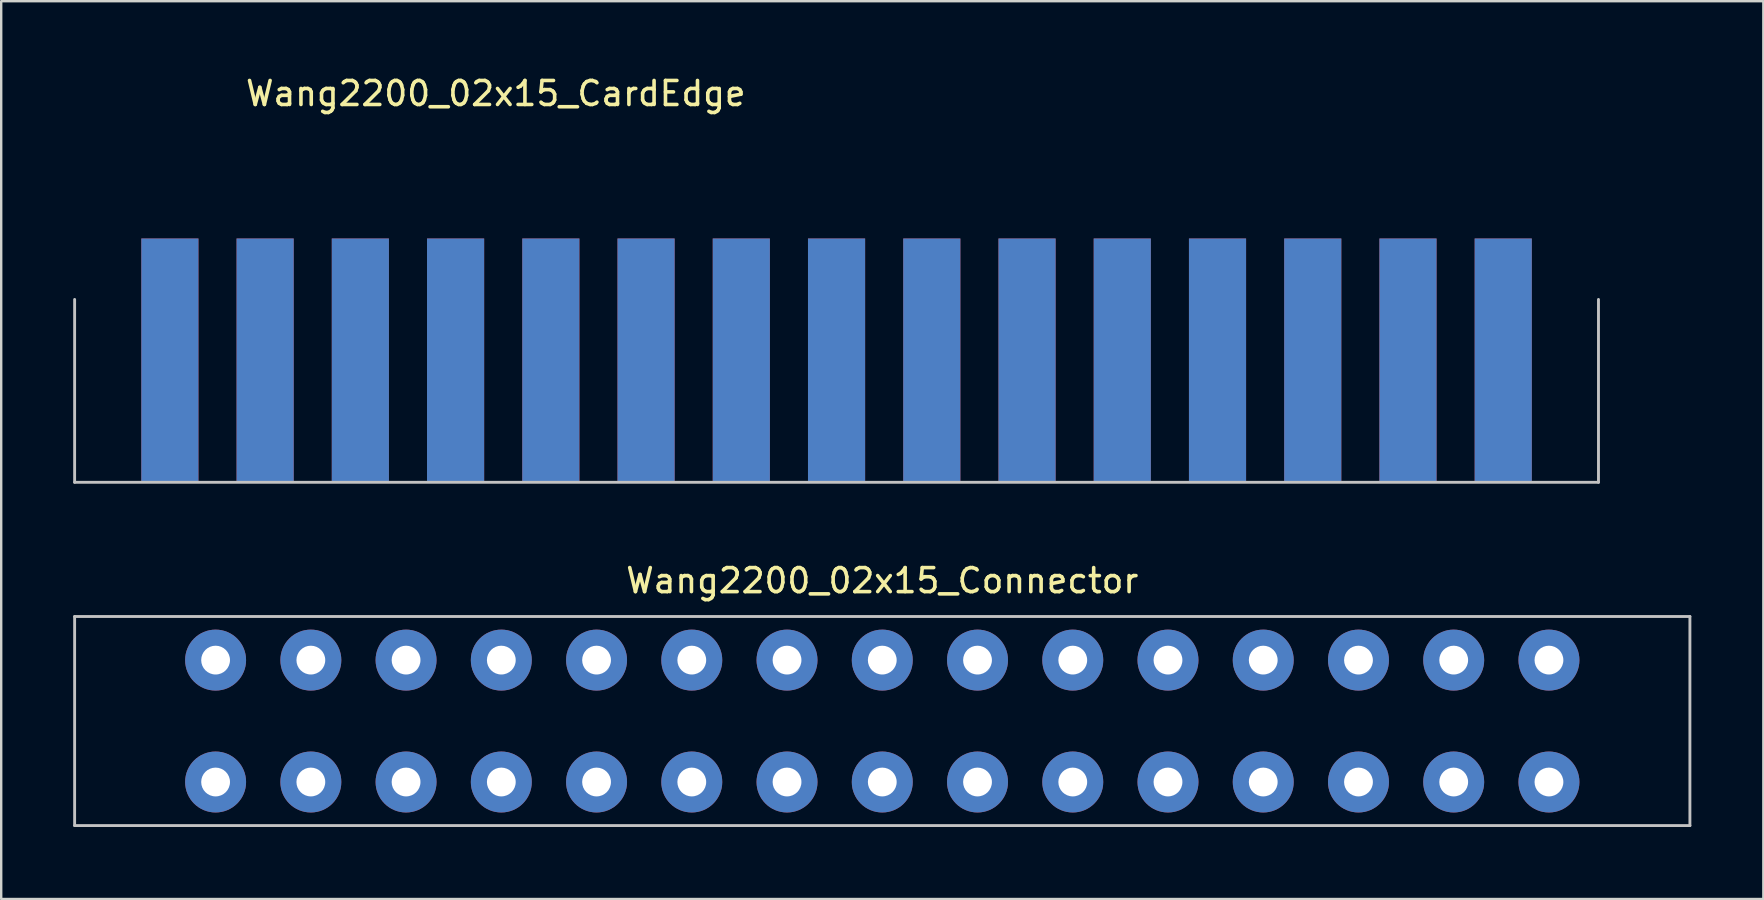
<source format=kicad_pcb>
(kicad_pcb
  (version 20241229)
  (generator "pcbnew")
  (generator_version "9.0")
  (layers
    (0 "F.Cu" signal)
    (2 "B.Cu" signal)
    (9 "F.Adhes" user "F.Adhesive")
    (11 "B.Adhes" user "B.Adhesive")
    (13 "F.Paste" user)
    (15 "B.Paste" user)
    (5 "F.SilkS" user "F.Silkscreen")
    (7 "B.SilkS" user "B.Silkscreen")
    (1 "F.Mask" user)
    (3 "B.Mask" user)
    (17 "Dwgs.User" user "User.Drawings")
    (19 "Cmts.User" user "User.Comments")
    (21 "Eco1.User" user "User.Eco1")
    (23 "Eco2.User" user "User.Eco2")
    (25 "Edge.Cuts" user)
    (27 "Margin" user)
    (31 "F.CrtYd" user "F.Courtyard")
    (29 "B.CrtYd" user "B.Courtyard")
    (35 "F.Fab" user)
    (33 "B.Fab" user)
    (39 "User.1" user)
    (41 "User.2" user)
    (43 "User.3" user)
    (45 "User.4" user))
  (footprint "Wang2200_02x15_Connector"
    (layer "F.Cu")
    (at 33.715 26.997)
    (property "Reference" "Wang2200_02x15_Connector" (at 0 -5.85 0) (layer "F.SilkS") (effects (font (size 1 1) (thickness 0.15))))
    (attr through_hole)
    (fp_line (start -33.655 -4.356) (end 33.655 -4.356) (stroke (width 0.12) (type solid)) (layer "Dwgs.User"))
    (fp_line (start -33.655 4.356) (end -33.655 -4.356) (stroke (width 0.12) (type solid)) (layer "Dwgs.User"))
    (fp_line (start 33.655 -4.356) (end 33.655 4.356) (stroke (width 0.12) (type solid)) (layer "Dwgs.User"))
    (fp_line (start 33.655 4.356) (end -33.655 4.356) (stroke (width 0.12) (type solid)) (layer "Dwgs.User"))
    (pad "1" thru_hole oval (at 27.781 -2.54) (size 2.54 2.54) (drill 1.2) (layers "*.Cu" "*.Mask"))
    (pad "2" thru_hole oval (at 23.812 -2.54) (size 2.54 2.54) (drill 1.2) (layers "*.Cu" "*.Mask"))
    (pad "3" thru_hole oval (at 19.844 -2.54) (size 2.54 2.54) (drill 1.2) (layers "*.Cu" "*.Mask"))
    (pad "4" thru_hole oval (at 15.875 -2.54) (size 2.54 2.54) (drill 1.2) (layers "*.Cu" "*.Mask"))
    (pad "5" thru_hole oval (at 11.906 -2.54) (size 2.54 2.54) (drill 1.2) (layers "*.Cu" "*.Mask"))
    (pad "6" thru_hole oval (at 7.938 -2.54) (size 2.54 2.54) (drill 1.2) (layers "*.Cu" "*.Mask"))
    (pad "7" thru_hole oval (at 3.969 -2.54) (size 2.54 2.54) (drill 1.2) (layers "*.Cu" "*.Mask"))
    (pad "8" thru_hole oval (at 0 -2.54) (size 2.54 2.54) (drill 1.2) (layers "*.Cu" "*.Mask"))
    (pad "9" thru_hole oval (at -3.969 -2.54) (size 2.54 2.54) (drill 1.2) (layers "*.Cu" "*.Mask"))
    (pad "10" thru_hole oval (at -7.938 -2.54) (size 2.54 2.54) (drill 1.2) (layers "*.Cu" "*.Mask"))
    (pad "11" thru_hole oval (at -11.906 -2.54) (size 2.54 2.54) (drill 1.2) (layers "*.Cu" "*.Mask"))
    (pad "12" thru_hole oval (at -15.875 -2.54) (size 2.54 2.54) (drill 1.2) (layers "*.Cu" "*.Mask"))
    (pad "13" thru_hole oval (at -19.844 -2.54) (size 2.54 2.54) (drill 1.2) (layers "*.Cu" "*.Mask"))
    (pad "14" thru_hole oval (at -23.812 -2.54) (size 2.54 2.54) (drill 1.2) (layers "*.Cu" "*.Mask"))
    (pad "15" thru_hole oval (at -27.781 -2.54) (size 2.54 2.54) (drill 1.2) (layers "*.Cu" "*.Mask"))
    (pad "A" thru_hole oval (at 27.781 2.54) (size 2.54 2.54) (drill 1.2) (layers "*.Cu" "*.Mask"))
    (pad "B" thru_hole oval (at 23.812 2.54) (size 2.54 2.54) (drill 1.2) (layers "*.Cu" "*.Mask"))
    (pad "C" thru_hole oval (at 19.844 2.54) (size 2.54 2.54) (drill 1.2) (layers "*.Cu" "*.Mask"))
    (pad "D" thru_hole oval (at 15.875 2.54) (size 2.54 2.54) (drill 1.2) (layers "*.Cu" "*.Mask"))
    (pad "E" thru_hole oval (at 11.906 2.54) (size 2.54 2.54) (drill 1.2) (layers "*.Cu" "*.Mask"))
    (pad "F" thru_hole oval (at 7.938 2.54) (size 2.54 2.54) (drill 1.2) (layers "*.Cu" "*.Mask"))
    (pad "H" thru_hole oval (at 3.969 2.54) (size 2.54 2.54) (drill 1.2) (layers "*.Cu" "*.Mask"))
    (pad "J" thru_hole oval (at 0 2.54) (size 2.54 2.54) (drill 1.2) (layers "*.Cu" "*.Mask"))
    (pad "K" thru_hole oval (at -3.969 2.54) (size 2.54 2.54) (drill 1.2) (layers "*.Cu" "*.Mask"))
    (pad "L" thru_hole oval (at -7.938 2.54) (size 2.54 2.54) (drill 1.2) (layers "*.Cu" "*.Mask"))
    (pad "M" thru_hole oval (at -11.906 2.54) (size 2.54 2.54) (drill 1.2) (layers "*.Cu" "*.Mask"))
    (pad "N" thru_hole oval (at -15.875 2.54) (size 2.54 2.54) (drill 1.2) (layers "*.Cu" "*.Mask"))
    (pad "P" thru_hole oval (at -19.844 2.54) (size 2.54 2.54) (drill 1.2) (layers "*.Cu" "*.Mask"))
    (pad "R" thru_hole oval (at -23.812 2.54) (size 2.54 2.54) (drill 1.2) (layers "*.Cu" "*.Mask"))
    (pad "S" thru_hole oval (at -27.781 2.54) (size 2.54 2.54) (drill 1.2) (layers "*.Cu" "*.Mask")))
  (footprint "Wang2200_02x15_CardEdge"
    (layer "F.Cu")
    (at 31.81 17.048)
    (property "Reference" "Wang2200_02x15_CardEdge" (at -14.2 -16.2 0) (layer "F.SilkS") (effects (font (size 1 1) (thickness 0.15))))
    (attr smd)
    (fp_line (start -31.75 0) (end -31.75 -7.62) (stroke (width 0.12) (type solid)) (layer "Dwgs.User"))
    (fp_line (start 31.75 -7.62) (end 31.75 0) (stroke (width 0.12) (type solid)) (layer "Dwgs.User"))
    (fp_line (start 31.75 0) (end -31.75 0) (stroke (width 0.12) (type solid)) (layer "Dwgs.User"))
    (pad "1" connect rect (at 27.781 -5.08) (size 2.381 10.16) (layers "B.Cu" "B.Mask"))
    (pad "2" connect rect (at 23.812 -5.08) (size 2.381 10.16) (layers "B.Cu" "B.Mask"))
    (pad "3" connect rect (at 19.844 -5.08) (size 2.381 10.16) (layers "B.Cu" "B.Mask"))
    (pad "4" connect rect (at 15.875 -5.08) (size 2.381 10.16) (layers "B.Cu" "B.Mask"))
    (pad "5" connect rect (at 11.906 -5.08) (size 2.381 10.16) (layers "B.Cu" "B.Mask"))
    (pad "6" connect rect (at 7.938 -5.08) (size 2.381 10.16) (layers "B.Cu" "B.Mask"))
    (pad "7" connect rect (at 3.969 -5.08) (size 2.381 10.16) (layers "B.Cu" "B.Mask"))
    (pad "8" connect rect (at 0 -5.08) (size 2.381 10.16) (layers "B.Cu" "B.Mask"))
    (pad "9" connect rect (at -3.969 -5.08) (size 2.381 10.16) (layers "B.Cu" "B.Mask"))
    (pad "10" connect rect (at -7.938 -5.08) (size 2.381 10.16) (layers "B.Cu" "B.Mask"))
    (pad "11" connect rect (at -11.906 -5.08) (size 2.381 10.16) (layers "B.Cu" "B.Mask"))
    (pad "12" connect rect (at -15.875 -5.08) (size 2.381 10.16) (layers "B.Cu" "B.Mask"))
    (pad "13" connect rect (at -19.844 -5.08) (size 2.381 10.16) (layers "B.Cu" "B.Mask"))
    (pad "14" connect rect (at -23.812 -5.08) (size 2.381 10.16) (layers "B.Cu" "B.Mask"))
    (pad "15" connect rect (at -27.781 -5.08) (size 2.381 10.16) (layers "B.Cu" "B.Mask"))
    (pad "A" connect rect (at 27.781 -5.08) (size 2.381 10.16) (layers "F.Cu" "F.Mask"))
    (pad "B" connect rect (at 23.812 -5.08) (size 2.381 10.16) (layers "F.Cu" "F.Mask"))
    (pad "C" connect rect (at 19.844 -5.08) (size 2.381 10.16) (layers "F.Cu" "F.Mask"))
    (pad "D" connect rect (at 15.875 -5.08) (size 2.381 10.16) (layers "F.Cu" "F.Mask"))
    (pad "E" connect rect (at 11.906 -5.08) (size 2.381 10.16) (layers "F.Cu" "F.Mask"))
    (pad "F" connect rect (at 7.938 -5.08) (size 2.381 10.16) (layers "F.Cu" "F.Mask"))
    (pad "H" connect rect (at 3.969 -5.08) (size 2.381 10.16) (layers "F.Cu" "F.Mask"))
    (pad "J" connect rect (at 0 -5.08) (size 2.381 10.16) (layers "F.Cu" "F.Mask"))
    (pad "K" connect rect (at -3.969 -5.08) (size 2.381 10.16) (layers "F.Cu" "F.Mask"))
    (pad "L" connect rect (at -7.938 -5.08) (size 2.381 10.16) (layers "F.Cu" "F.Mask"))
    (pad "M" connect rect (at -11.906 -5.08) (size 2.381 10.16) (layers "F.Cu" "F.Mask"))
    (pad "N" connect rect (at -15.875 -5.08) (size 2.381 10.16) (layers "F.Cu" "F.Mask"))
    (pad "P" connect rect (at -19.844 -5.08) (size 2.381 10.16) (layers "F.Cu" "F.Mask"))
    (pad "R" connect rect (at -23.812 -5.08) (size 2.381 10.16) (layers "F.Cu" "F.Mask"))
    (pad "S" connect rect (at -27.781 -5.08) (size 2.381 10.16) (layers "F.Cu" "F.Mask")))
  (gr_rect
    (start -3 -3)
    (end 70.43 34.413)
    (stroke (width 0.1) (type default))
    (fill no)
    (layer "Edge.Cuts")))
</source>
